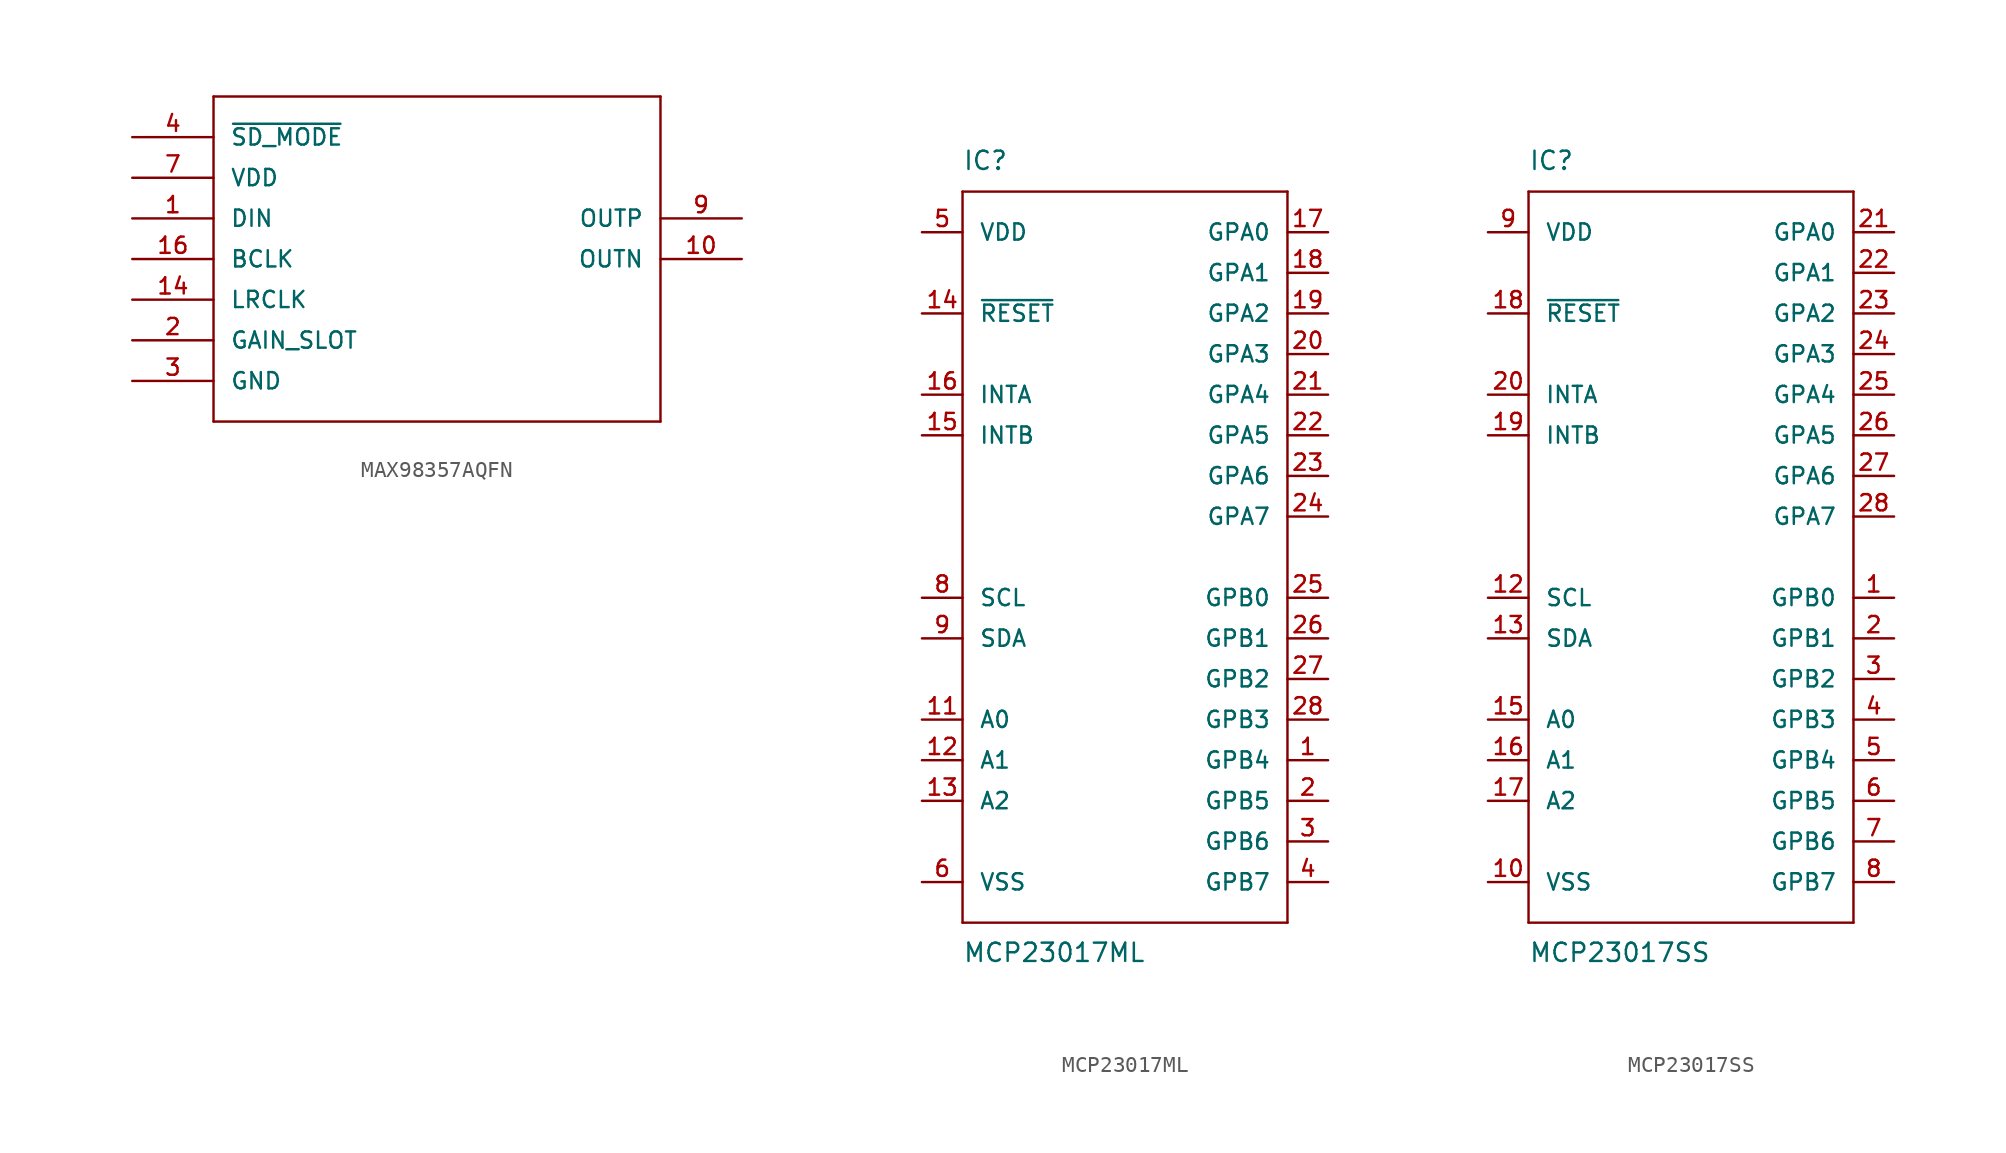
<source format=kicad_sym>
(kicad_symbol_lib
  (version 20211014)
  (generator kicad_symbol_editor)
  (symbol "MAX98357AQFN"
    (pin_names
      (offset 1.016))
    (property "Reference" "U"
      (at 0 0 0)
      (effects (font (size 1.143 1.143)) hide))
    (property "ki_locked" ""
      (at 0 0 0)
      (effects (font (size 1.27 1.27))))
    (symbol "MAX98357AQFN_1_0"
      (polyline (pts (xy -12.7 -10.16) (xy 15.24 -10.16)) (stroke (width 0) (type default) (color 0 0 0 0)) (fill (type none)))
      (polyline (pts (xy -12.7 10.16) (xy -12.7 -10.16)) (stroke (width 0) (type default) (color 0 0 0 0)) (fill (type none)))
      (polyline (pts (xy 15.24 -10.16) (xy 15.24 10.16)) (stroke (width 0) (type default) (color 0 0 0 0)) (fill (type none)))
      (polyline (pts (xy 15.24 10.16) (xy -12.7 10.16)) (stroke (width 0) (type default) (color 0 0 0 0)) (fill (type none))))
    (symbol "MAX98357AQFN_1_1"
      (pin bidirectional line (at -17.78 2.54 0) (length 5.08) (name "DIN" (effects (font (size 1.016 1.016)))) (number "1" (effects (font (size 1.016 1.016)))))
      (pin bidirectional line (at 20.32 0 180) (length 5.08) (name "OUTN" (effects (font (size 1.016 1.016)))) (number "10" (effects (font (size 1.016 1.016)))))
      (pin bidirectional line (at -17.78 -7.62 0) (length 5.08) hide (name "GND" (effects (font (size 1.016 1.016)))) (number "11" (effects (font (size 1.016 1.016)))))
      (pin bidirectional line (at -17.78 -2.54 0) (length 5.08) (name "LRCLK" (effects (font (size 1.016 1.016)))) (number "14" (effects (font (size 1.016 1.016)))))
      (pin bidirectional line (at -17.78 -7.62 0) (length 5.08) hide (name "GND" (effects (font (size 1.016 1.016)))) (number "15" (effects (font (size 1.016 1.016)))))
      (pin bidirectional line (at -17.78 0 0) (length 5.08) (name "BCLK" (effects (font (size 1.016 1.016)))) (number "16" (effects (font (size 1.016 1.016)))))
      (pin bidirectional line (at -17.78 -5.08 0) (length 5.08) (name "GAIN_SLOT" (effects (font (size 1.016 1.016)))) (number "2" (effects (font (size 1.016 1.016)))))
      (pin bidirectional line (at -17.78 -7.62 0) (length 5.08) (name "GND" (effects (font (size 1.016 1.016)))) (number "3" (effects (font (size 1.016 1.016)))))
      (pin bidirectional line (at -17.78 7.62 0) (length 5.08) (name "~{SD_MODE}" (effects (font (size 1.016 1.016)))) (number "4" (effects (font (size 1.016 1.016)))))
      (pin bidirectional line (at -17.78 5.08 0) (length 5.08) (name "VDD" (effects (font (size 1.016 1.016)))) (number "7" (effects (font (size 1.016 1.016)))))
      (pin bidirectional line (at -17.78 5.08 0) (length 5.08) hide (name "VDD" (effects (font (size 1.016 1.016)))) (number "8" (effects (font (size 1.016 1.016)))))
      (pin bidirectional line (at 20.32 2.54 180) (length 5.08) (name "OUTP" (effects (font (size 1.016 1.016)))) (number "9" (effects (font (size 1.016 1.016)))))
      (pin bidirectional line (at -17.78 -7.62 0) (length 5.08) hide (name "GND" (effects (font (size 1.016 1.016)))) (number "TH" (effects (font (size 1.016 1.016)))))))
  (symbol "MCP23017ML"
    (pin_names
      (offset 1.016))
    (property "Reference" "IC"
      (at -10.16 24.13 0)
      (effects (font (size 1.143 1.143)) (justify left bottom)))
    (property "Value" "MCP23017ML"
      (at -10.16 -25.4 0)
      (effects (font (size 1.143 1.143)) (justify left bottom)))
    (property "ki_locked" ""
      (at 0 0 0)
      (effects (font (size 1.27 1.27))))
    (symbol "MCP23017ML_1_0"
      (polyline (pts (xy -10.16 -22.86) (xy -10.16 22.86)) (stroke (width 0) (type default) (color 0 0 0 0)) (fill (type none)))
      (polyline (pts (xy -10.16 22.86) (xy 10.16 22.86)) (stroke (width 0) (type default) (color 0 0 0 0)) (fill (type none)))
      (polyline (pts (xy 10.16 -22.86) (xy -10.16 -22.86)) (stroke (width 0) (type default) (color 0 0 0 0)) (fill (type none)))
      (polyline (pts (xy 10.16 22.86) (xy 10.16 -22.86)) (stroke (width 0) (type default) (color 0 0 0 0)) (fill (type none))))
    (symbol "MCP23017ML_1_1"
      (pin bidirectional line (at 12.7 -12.7 180) (length 2.54) (name "GPB4" (effects (font (size 1.016 1.016)))) (number "1" (effects (font (size 1.016 1.016)))))
      (pin input line (at -12.7 -10.16 0) (length 2.54) (name "A0" (effects (font (size 1.016 1.016)))) (number "11" (effects (font (size 1.016 1.016)))))
      (pin input line (at -12.7 -12.7 0) (length 2.54) (name "A1" (effects (font (size 1.016 1.016)))) (number "12" (effects (font (size 1.016 1.016)))))
      (pin input line (at -12.7 -15.24 0) (length 2.54) (name "A2" (effects (font (size 1.016 1.016)))) (number "13" (effects (font (size 1.016 1.016)))))
      (pin input line (at -12.7 15.24 0) (length 2.54) (name "~{RESET}" (effects (font (size 1.016 1.016)))) (number "14" (effects (font (size 1.016 1.016)))))
      (pin output line (at -12.7 7.62 0) (length 2.54) (name "INTB" (effects (font (size 1.016 1.016)))) (number "15" (effects (font (size 1.016 1.016)))))
      (pin output line (at -12.7 10.16 0) (length 2.54) (name "INTA" (effects (font (size 1.016 1.016)))) (number "16" (effects (font (size 1.016 1.016)))))
      (pin bidirectional line (at 12.7 20.32 180) (length 2.54) (name "GPA0" (effects (font (size 1.016 1.016)))) (number "17" (effects (font (size 1.016 1.016)))))
      (pin bidirectional line (at 12.7 17.78 180) (length 2.54) (name "GPA1" (effects (font (size 1.016 1.016)))) (number "18" (effects (font (size 1.016 1.016)))))
      (pin bidirectional line (at 12.7 15.24 180) (length 2.54) (name "GPA2" (effects (font (size 1.016 1.016)))) (number "19" (effects (font (size 1.016 1.016)))))
      (pin bidirectional line (at 12.7 -15.24 180) (length 2.54) (name "GPB5" (effects (font (size 1.016 1.016)))) (number "2" (effects (font (size 1.016 1.016)))))
      (pin bidirectional line (at 12.7 12.7 180) (length 2.54) (name "GPA3" (effects (font (size 1.016 1.016)))) (number "20" (effects (font (size 1.016 1.016)))))
      (pin bidirectional line (at 12.7 10.16 180) (length 2.54) (name "GPA4" (effects (font (size 1.016 1.016)))) (number "21" (effects (font (size 1.016 1.016)))))
      (pin bidirectional line (at 12.7 7.62 180) (length 2.54) (name "GPA5" (effects (font (size 1.016 1.016)))) (number "22" (effects (font (size 1.016 1.016)))))
      (pin bidirectional line (at 12.7 5.08 180) (length 2.54) (name "GPA6" (effects (font (size 1.016 1.016)))) (number "23" (effects (font (size 1.016 1.016)))))
      (pin bidirectional line (at 12.7 2.54 180) (length 2.54) (name "GPA7" (effects (font (size 1.016 1.016)))) (number "24" (effects (font (size 1.016 1.016)))))
      (pin bidirectional line (at 12.7 -2.54 180) (length 2.54) (name "GPB0" (effects (font (size 1.016 1.016)))) (number "25" (effects (font (size 1.016 1.016)))))
      (pin bidirectional line (at 12.7 -5.08 180) (length 2.54) (name "GPB1" (effects (font (size 1.016 1.016)))) (number "26" (effects (font (size 1.016 1.016)))))
      (pin bidirectional line (at 12.7 -7.62 180) (length 2.54) (name "GPB2" (effects (font (size 1.016 1.016)))) (number "27" (effects (font (size 1.016 1.016)))))
      (pin bidirectional line (at 12.7 -10.16 180) (length 2.54) (name "GPB3" (effects (font (size 1.016 1.016)))) (number "28" (effects (font (size 1.016 1.016)))))
      (pin bidirectional line (at 12.7 -17.78 180) (length 2.54) (name "GPB6" (effects (font (size 1.016 1.016)))) (number "3" (effects (font (size 1.016 1.016)))))
      (pin bidirectional line (at 12.7 -20.32 180) (length 2.54) (name "GPB7" (effects (font (size 1.016 1.016)))) (number "4" (effects (font (size 1.016 1.016)))))
      (pin power_in line (at -12.7 20.32 0) (length 2.54) (name "VDD" (effects (font (size 1.016 1.016)))) (number "5" (effects (font (size 1.016 1.016)))))
      (pin power_in line (at -12.7 -20.32 0) (length 2.54) (name "VSS" (effects (font (size 1.016 1.016)))) (number "6" (effects (font (size 1.016 1.016)))))
      (pin input line (at -12.7 -2.54 0) (length 2.54) (name "SCL" (effects (font (size 1.016 1.016)))) (number "8" (effects (font (size 1.016 1.016)))))
      (pin bidirectional line (at -12.7 -5.08 0) (length 2.54) (name "SDA" (effects (font (size 1.016 1.016)))) (number "9" (effects (font (size 1.016 1.016)))))))
  (symbol "MCP23017SS"
    (pin_names
      (offset 1.016))
    (property "Reference" "IC"
      (at -10.16 24.13 0)
      (effects (font (size 1.143 1.143)) (justify left bottom)))
    (property "Value" "MCP23017SS"
      (at -10.16 -25.4 0)
      (effects (font (size 1.143 1.143)) (justify left bottom)))
    (property "ki_locked" ""
      (at 0 0 0)
      (effects (font (size 1.27 1.27))))
    (symbol "MCP23017SS_1_0"
      (polyline (pts (xy -10.16 -22.86) (xy -10.16 22.86)) (stroke (width 0) (type default) (color 0 0 0 0)) (fill (type none)))
      (polyline (pts (xy -10.16 22.86) (xy 10.16 22.86)) (stroke (width 0) (type default) (color 0 0 0 0)) (fill (type none)))
      (polyline (pts (xy 10.16 -22.86) (xy -10.16 -22.86)) (stroke (width 0) (type default) (color 0 0 0 0)) (fill (type none)))
      (polyline (pts (xy 10.16 22.86) (xy 10.16 -22.86)) (stroke (width 0) (type default) (color 0 0 0 0)) (fill (type none))))
    (symbol "MCP23017SS_1_1"
      (pin bidirectional line (at 12.7 -2.54 180) (length 2.54) (name "GPB0" (effects (font (size 1.016 1.016)))) (number "1" (effects (font (size 1.016 1.016)))))
      (pin power_in line (at -12.7 -20.32 0) (length 2.54) (name "VSS" (effects (font (size 1.016 1.016)))) (number "10" (effects (font (size 1.016 1.016)))))
      (pin input line (at -12.7 -2.54 0) (length 2.54) (name "SCL" (effects (font (size 1.016 1.016)))) (number "12" (effects (font (size 1.016 1.016)))))
      (pin bidirectional line (at -12.7 -5.08 0) (length 2.54) (name "SDA" (effects (font (size 1.016 1.016)))) (number "13" (effects (font (size 1.016 1.016)))))
      (pin input line (at -12.7 -10.16 0) (length 2.54) (name "A0" (effects (font (size 1.016 1.016)))) (number "15" (effects (font (size 1.016 1.016)))))
      (pin input line (at -12.7 -12.7 0) (length 2.54) (name "A1" (effects (font (size 1.016 1.016)))) (number "16" (effects (font (size 1.016 1.016)))))
      (pin input line (at -12.7 -15.24 0) (length 2.54) (name "A2" (effects (font (size 1.016 1.016)))) (number "17" (effects (font (size 1.016 1.016)))))
      (pin input line (at -12.7 15.24 0) (length 2.54) (name "~{RESET}" (effects (font (size 1.016 1.016)))) (number "18" (effects (font (size 1.016 1.016)))))
      (pin output line (at -12.7 7.62 0) (length 2.54) (name "INTB" (effects (font (size 1.016 1.016)))) (number "19" (effects (font (size 1.016 1.016)))))
      (pin bidirectional line (at 12.7 -5.08 180) (length 2.54) (name "GPB1" (effects (font (size 1.016 1.016)))) (number "2" (effects (font (size 1.016 1.016)))))
      (pin output line (at -12.7 10.16 0) (length 2.54) (name "INTA" (effects (font (size 1.016 1.016)))) (number "20" (effects (font (size 1.016 1.016)))))
      (pin bidirectional line (at 12.7 20.32 180) (length 2.54) (name "GPA0" (effects (font (size 1.016 1.016)))) (number "21" (effects (font (size 1.016 1.016)))))
      (pin bidirectional line (at 12.7 17.78 180) (length 2.54) (name "GPA1" (effects (font (size 1.016 1.016)))) (number "22" (effects (font (size 1.016 1.016)))))
      (pin bidirectional line (at 12.7 15.24 180) (length 2.54) (name "GPA2" (effects (font (size 1.016 1.016)))) (number "23" (effects (font (size 1.016 1.016)))))
      (pin bidirectional line (at 12.7 12.7 180) (length 2.54) (name "GPA3" (effects (font (size 1.016 1.016)))) (number "24" (effects (font (size 1.016 1.016)))))
      (pin bidirectional line (at 12.7 10.16 180) (length 2.54) (name "GPA4" (effects (font (size 1.016 1.016)))) (number "25" (effects (font (size 1.016 1.016)))))
      (pin bidirectional line (at 12.7 7.62 180) (length 2.54) (name "GPA5" (effects (font (size 1.016 1.016)))) (number "26" (effects (font (size 1.016 1.016)))))
      (pin bidirectional line (at 12.7 5.08 180) (length 2.54) (name "GPA6" (effects (font (size 1.016 1.016)))) (number "27" (effects (font (size 1.016 1.016)))))
      (pin bidirectional line (at 12.7 2.54 180) (length 2.54) (name "GPA7" (effects (font (size 1.016 1.016)))) (number "28" (effects (font (size 1.016 1.016)))))
      (pin bidirectional line (at 12.7 -7.62 180) (length 2.54) (name "GPB2" (effects (font (size 1.016 1.016)))) (number "3" (effects (font (size 1.016 1.016)))))
      (pin bidirectional line (at 12.7 -10.16 180) (length 2.54) (name "GPB3" (effects (font (size 1.016 1.016)))) (number "4" (effects (font (size 1.016 1.016)))))
      (pin bidirectional line (at 12.7 -12.7 180) (length 2.54) (name "GPB4" (effects (font (size 1.016 1.016)))) (number "5" (effects (font (size 1.016 1.016)))))
      (pin bidirectional line (at 12.7 -15.24 180) (length 2.54) (name "GPB5" (effects (font (size 1.016 1.016)))) (number "6" (effects (font (size 1.016 1.016)))))
      (pin bidirectional line (at 12.7 -17.78 180) (length 2.54) (name "GPB6" (effects (font (size 1.016 1.016)))) (number "7" (effects (font (size 1.016 1.016)))))
      (pin bidirectional line (at 12.7 -20.32 180) (length 2.54) (name "GPB7" (effects (font (size 1.016 1.016)))) (number "8" (effects (font (size 1.016 1.016)))))
      (pin power_in line (at -12.7 20.32 0) (length 2.54) (name "VDD" (effects (font (size 1.016 1.016)))) (number "9" (effects (font (size 1.016 1.016))))))))
</source>
